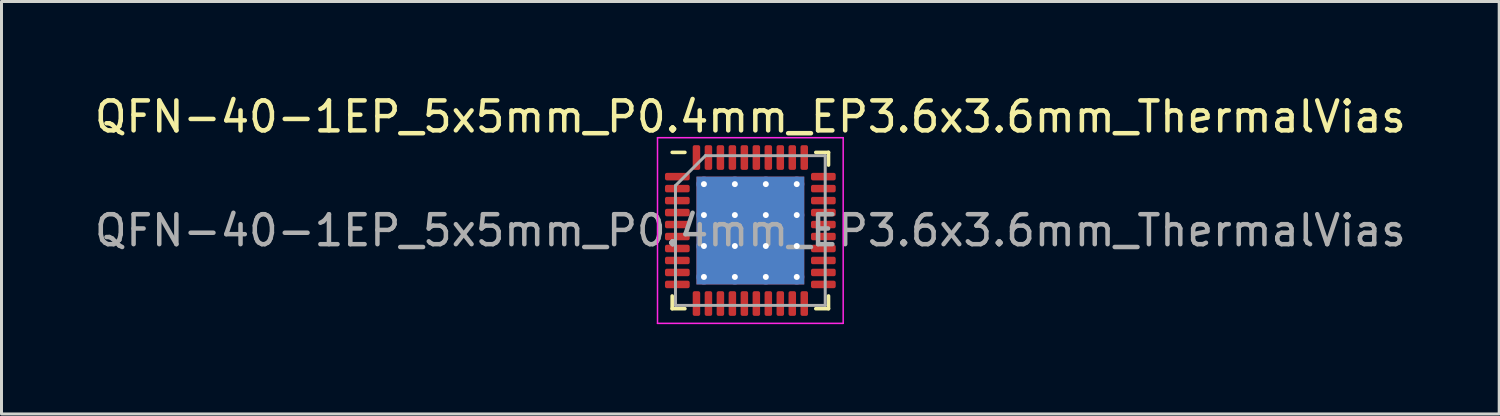
<source format=kicad_pcb>
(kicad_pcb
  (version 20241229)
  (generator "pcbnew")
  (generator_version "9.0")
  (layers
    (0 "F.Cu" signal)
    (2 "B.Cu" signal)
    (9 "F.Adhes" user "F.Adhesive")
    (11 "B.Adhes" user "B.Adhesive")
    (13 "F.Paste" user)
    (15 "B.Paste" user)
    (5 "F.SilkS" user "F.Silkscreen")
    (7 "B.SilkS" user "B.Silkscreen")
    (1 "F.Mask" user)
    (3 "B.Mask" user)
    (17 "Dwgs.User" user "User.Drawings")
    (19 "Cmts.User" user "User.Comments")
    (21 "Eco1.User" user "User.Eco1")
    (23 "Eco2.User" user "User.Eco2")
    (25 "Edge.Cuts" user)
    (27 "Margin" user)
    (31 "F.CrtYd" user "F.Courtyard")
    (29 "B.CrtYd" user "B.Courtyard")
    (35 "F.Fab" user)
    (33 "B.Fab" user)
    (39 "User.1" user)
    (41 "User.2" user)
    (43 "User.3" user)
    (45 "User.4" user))
  (footprint "QFN-40-1EP_5x5mm_P0.4mm_EP3.6x3.6mm_ThermalVias"
    (layer "F.Cu")
    (at 22.006 4.648)
    (property "Reference" "QFN-40-1EP_5x5mm_P0.4mm_EP3.6x3.6mm_ThermalVias" (at 0 -3.8 0) (layer "F.SilkS") (effects (font (size 1 1) (thickness 0.15))))
    (attr smd)
    (fp_line (start -2.61 2.61) (end -2.61 2.185) (stroke (width 0.12) (type solid)) (layer "F.SilkS"))
    (fp_line (start -2.185 -2.61) (end -2.61 -2.61) (stroke (width 0.12) (type solid)) (layer "F.SilkS"))
    (fp_line (start -2.185 2.61) (end -2.61 2.61) (stroke (width 0.12) (type solid)) (layer "F.SilkS"))
    (fp_line (start 2.185 -2.61) (end 2.61 -2.61) (stroke (width 0.12) (type solid)) (layer "F.SilkS"))
    (fp_line (start 2.185 2.61) (end 2.61 2.61) (stroke (width 0.12) (type solid)) (layer "F.SilkS"))
    (fp_line (start 2.61 -2.61) (end 2.61 -2.185) (stroke (width 0.12) (type solid)) (layer "F.SilkS"))
    (fp_line (start 2.61 2.61) (end 2.61 2.185) (stroke (width 0.12) (type solid)) (layer "F.SilkS"))
    (fp_line (start -3.1 -3.1) (end -3.1 3.1) (stroke (width 0.05) (type solid)) (layer "F.CrtYd"))
    (fp_line (start -3.1 3.1) (end 3.1 3.1) (stroke (width 0.05) (type solid)) (layer "F.CrtYd"))
    (fp_line (start 3.1 -3.1) (end -3.1 -3.1) (stroke (width 0.05) (type solid)) (layer "F.CrtYd"))
    (fp_line (start 3.1 3.1) (end 3.1 -3.1) (stroke (width 0.05) (type solid)) (layer "F.CrtYd"))
    (fp_line (start -2.5 -1.5) (end -1.5 -2.5) (stroke (width 0.1) (type solid)) (layer "F.Fab"))
    (fp_line (start -2.5 2.5) (end -2.5 -1.5) (stroke (width 0.1) (type solid)) (layer "F.Fab"))
    (fp_line (start -1.5 -2.5) (end 2.5 -2.5) (stroke (width 0.1) (type solid)) (layer "F.Fab"))
    (fp_line (start 2.5 -2.5) (end 2.5 2.5) (stroke (width 0.1) (type solid)) (layer "F.Fab"))
    (fp_line (start 2.5 2.5) (end -2.5 2.5) (stroke (width 0.1) (type solid)) (layer "F.Fab"))
    (fp_text user "${REFERENCE}" (at 0 0 0) (layer "F.Fab") (effects (font (size 1 1) (thickness 0.15))))
    (pad "" smd custom (at -1.033 -1.033) (size 0.803 0.803) (layers "F.Paste") (options (anchor circle)) (primitives (gr_poly (pts (xy 0.338 -0.233) (xy 0.338 0.233) (xy 0.233 0.338) (xy -0.233 0.338) (xy -0.338 0.233) (xy -0.338 -0.233) (xy -0.233 -0.338) (xy 0.233 -0.338)) (width 0.253) (fill yes))))
    (pad "" smd custom (at -1.033 0) (size 0.803 0.803) (layers "F.Paste") (options (anchor circle)) (primitives (gr_poly (pts (xy 0.338 -0.233) (xy 0.338 0.233) (xy 0.233 0.338) (xy -0.233 0.338) (xy -0.338 0.233) (xy -0.338 -0.233) (xy -0.233 -0.338) (xy 0.233 -0.338)) (width 0.253) (fill yes))))
    (pad "" smd custom (at -1.033 1.033) (size 0.803 0.803) (layers "F.Paste") (options (anchor circle)) (primitives (gr_poly (pts (xy 0.338 -0.233) (xy 0.338 0.233) (xy 0.233 0.338) (xy -0.233 0.338) (xy -0.338 0.233) (xy -0.338 -0.233) (xy -0.233 -0.338) (xy 0.233 -0.338)) (width 0.253) (fill yes))))
    (pad "" smd custom (at 0 -1.033) (size 0.803 0.803) (layers "F.Paste") (options (anchor circle)) (primitives (gr_poly (pts (xy 0.338 -0.233) (xy 0.338 0.233) (xy 0.233 0.338) (xy -0.233 0.338) (xy -0.338 0.233) (xy -0.338 -0.233) (xy -0.233 -0.338) (xy 0.233 -0.338)) (width 0.253) (fill yes))))
    (pad "" smd custom (at 0 0) (size 0.803 0.803) (layers "F.Paste") (options (anchor circle)) (primitives (gr_poly (pts (xy 0.338 -0.233) (xy 0.338 0.233) (xy 0.233 0.338) (xy -0.233 0.338) (xy -0.338 0.233) (xy -0.338 -0.233) (xy -0.233 -0.338) (xy 0.233 -0.338)) (width 0.253) (fill yes))))
    (pad "" smd custom (at 0 1.033) (size 0.803 0.803) (layers "F.Paste") (options (anchor circle)) (primitives (gr_poly (pts (xy 0.338 -0.233) (xy 0.338 0.233) (xy 0.233 0.338) (xy -0.233 0.338) (xy -0.338 0.233) (xy -0.338 -0.233) (xy -0.233 -0.338) (xy 0.233 -0.338)) (width 0.253) (fill yes))))
    (pad "" smd custom (at 1.033 -1.033) (size 0.803 0.803) (layers "F.Paste") (options (anchor circle)) (primitives (gr_poly (pts (xy 0.338 -0.233) (xy 0.338 0.233) (xy 0.233 0.338) (xy -0.233 0.338) (xy -0.338 0.233) (xy -0.338 -0.233) (xy -0.233 -0.338) (xy 0.233 -0.338)) (width 0.253) (fill yes))))
    (pad "" smd custom (at 1.033 0) (size 0.803 0.803) (layers "F.Paste") (options (anchor circle)) (primitives (gr_poly (pts (xy 0.338 -0.233) (xy 0.338 0.233) (xy 0.233 0.338) (xy -0.233 0.338) (xy -0.338 0.233) (xy -0.338 -0.233) (xy -0.233 -0.338) (xy 0.233 -0.338)) (width 0.253) (fill yes))))
    (pad "" smd custom (at 1.033 1.033) (size 0.803 0.803) (layers "F.Paste") (options (anchor circle)) (primitives (gr_poly (pts (xy 0.338 -0.233) (xy 0.338 0.233) (xy 0.233 0.338) (xy -0.233 0.338) (xy -0.338 0.233) (xy -0.338 -0.233) (xy -0.233 -0.338) (xy 0.233 -0.338)) (width 0.253) (fill yes))))
    (pad "1" smd roundrect (at -2.438 -1.8) (size 0.825 0.25) (layers "F.Cu" "F.Mask" "F.Paste") (roundrect_rratio 0.25))
    (pad "2" smd roundrect (at -2.438 -1.4) (size 0.825 0.25) (layers "F.Cu" "F.Mask" "F.Paste") (roundrect_rratio 0.25))
    (pad "3" smd roundrect (at -2.438 -1) (size 0.825 0.25) (layers "F.Cu" "F.Mask" "F.Paste") (roundrect_rratio 0.25))
    (pad "4" smd roundrect (at -2.438 -0.6) (size 0.825 0.25) (layers "F.Cu" "F.Mask" "F.Paste") (roundrect_rratio 0.25))
    (pad "5" smd roundrect (at -2.438 -0.2) (size 0.825 0.25) (layers "F.Cu" "F.Mask" "F.Paste") (roundrect_rratio 0.25))
    (pad "6" smd roundrect (at -2.438 0.2) (size 0.825 0.25) (layers "F.Cu" "F.Mask" "F.Paste") (roundrect_rratio 0.25))
    (pad "7" smd roundrect (at -2.438 0.6) (size 0.825 0.25) (layers "F.Cu" "F.Mask" "F.Paste") (roundrect_rratio 0.25))
    (pad "8" smd roundrect (at -2.438 1) (size 0.825 0.25) (layers "F.Cu" "F.Mask" "F.Paste") (roundrect_rratio 0.25))
    (pad "9" smd roundrect (at -2.438 1.4) (size 0.825 0.25) (layers "F.Cu" "F.Mask" "F.Paste") (roundrect_rratio 0.25))
    (pad "10" smd roundrect (at -2.438 1.8) (size 0.825 0.25) (layers "F.Cu" "F.Mask" "F.Paste") (roundrect_rratio 0.25))
    (pad "11" smd roundrect (at -1.8 2.438) (size 0.25 0.825) (layers "F.Cu" "F.Mask" "F.Paste") (roundrect_rratio 0.25))
    (pad "12" smd roundrect (at -1.4 2.438) (size 0.25 0.825) (layers "F.Cu" "F.Mask" "F.Paste") (roundrect_rratio 0.25))
    (pad "13" smd roundrect (at -1 2.438) (size 0.25 0.825) (layers "F.Cu" "F.Mask" "F.Paste") (roundrect_rratio 0.25))
    (pad "14" smd roundrect (at -0.6 2.438) (size 0.25 0.825) (layers "F.Cu" "F.Mask" "F.Paste") (roundrect_rratio 0.25))
    (pad "15" smd roundrect (at -0.2 2.438) (size 0.25 0.825) (layers "F.Cu" "F.Mask" "F.Paste") (roundrect_rratio 0.25))
    (pad "16" smd roundrect (at 0.2 2.438) (size 0.25 0.825) (layers "F.Cu" "F.Mask" "F.Paste") (roundrect_rratio 0.25))
    (pad "17" smd roundrect (at 0.6 2.438) (size 0.25 0.825) (layers "F.Cu" "F.Mask" "F.Paste") (roundrect_rratio 0.25))
    (pad "18" smd roundrect (at 1 2.438) (size 0.25 0.825) (layers "F.Cu" "F.Mask" "F.Paste") (roundrect_rratio 0.25))
    (pad "19" smd roundrect (at 1.4 2.438) (size 0.25 0.825) (layers "F.Cu" "F.Mask" "F.Paste") (roundrect_rratio 0.25))
    (pad "20" smd roundrect (at 1.8 2.438) (size 0.25 0.825) (layers "F.Cu" "F.Mask" "F.Paste") (roundrect_rratio 0.25))
    (pad "21" smd roundrect (at 2.438 1.8) (size 0.825 0.25) (layers "F.Cu" "F.Mask" "F.Paste") (roundrect_rratio 0.25))
    (pad "22" smd roundrect (at 2.438 1.4) (size 0.825 0.25) (layers "F.Cu" "F.Mask" "F.Paste") (roundrect_rratio 0.25))
    (pad "23" smd roundrect (at 2.438 1) (size 0.825 0.25) (layers "F.Cu" "F.Mask" "F.Paste") (roundrect_rratio 0.25))
    (pad "24" smd roundrect (at 2.438 0.6) (size 0.825 0.25) (layers "F.Cu" "F.Mask" "F.Paste") (roundrect_rratio 0.25))
    (pad "25" smd roundrect (at 2.438 0.2) (size 0.825 0.25) (layers "F.Cu" "F.Mask" "F.Paste") (roundrect_rratio 0.25))
    (pad "26" smd roundrect (at 2.438 -0.2) (size 0.825 0.25) (layers "F.Cu" "F.Mask" "F.Paste") (roundrect_rratio 0.25))
    (pad "27" smd roundrect (at 2.438 -0.6) (size 0.825 0.25) (layers "F.Cu" "F.Mask" "F.Paste") (roundrect_rratio 0.25))
    (pad "28" smd roundrect (at 2.438 -1) (size 0.825 0.25) (layers "F.Cu" "F.Mask" "F.Paste") (roundrect_rratio 0.25))
    (pad "29" smd roundrect (at 2.438 -1.4) (size 0.825 0.25) (layers "F.Cu" "F.Mask" "F.Paste") (roundrect_rratio 0.25))
    (pad "30" smd roundrect (at 2.438 -1.8) (size 0.825 0.25) (layers "F.Cu" "F.Mask" "F.Paste") (roundrect_rratio 0.25))
    (pad "31" smd roundrect (at 1.8 -2.438) (size 0.25 0.825) (layers "F.Cu" "F.Mask" "F.Paste") (roundrect_rratio 0.25))
    (pad "32" smd roundrect (at 1.4 -2.438) (size 0.25 0.825) (layers "F.Cu" "F.Mask" "F.Paste") (roundrect_rratio 0.25))
    (pad "33" smd roundrect (at 1 -2.438) (size 0.25 0.825) (layers "F.Cu" "F.Mask" "F.Paste") (roundrect_rratio 0.25))
    (pad "34" smd roundrect (at 0.6 -2.438) (size 0.25 0.825) (layers "F.Cu" "F.Mask" "F.Paste") (roundrect_rratio 0.25))
    (pad "35" smd roundrect (at 0.2 -2.438) (size 0.25 0.825) (layers "F.Cu" "F.Mask" "F.Paste") (roundrect_rratio 0.25))
    (pad "36" smd roundrect (at -0.2 -2.438) (size 0.25 0.825) (layers "F.Cu" "F.Mask" "F.Paste") (roundrect_rratio 0.25))
    (pad "37" smd roundrect (at -0.6 -2.438) (size 0.25 0.825) (layers "F.Cu" "F.Mask" "F.Paste") (roundrect_rratio 0.25))
    (pad "38" smd roundrect (at -1 -2.438) (size 0.25 0.825) (layers "F.Cu" "F.Mask" "F.Paste") (roundrect_rratio 0.25))
    (pad "39" smd roundrect (at -1.4 -2.438) (size 0.25 0.825) (layers "F.Cu" "F.Mask" "F.Paste") (roundrect_rratio 0.25))
    (pad "40" smd roundrect (at -1.8 -2.438) (size 0.25 0.825) (layers "F.Cu" "F.Mask" "F.Paste") (roundrect_rratio 0.25))
    (pad "41" thru_hole circle (at -1.55 -1.55) (size 0.5 0.5) (drill 0.2) (layers "*.Cu"))
    (pad "41" thru_hole circle (at -1.55 -0.517) (size 0.5 0.5) (drill 0.2) (layers "*.Cu"))
    (pad "41" thru_hole circle (at -1.55 0.517) (size 0.5 0.5) (drill 0.2) (layers "*.Cu"))
    (pad "41" thru_hole circle (at -1.55 1.55) (size 0.5 0.5) (drill 0.2) (layers "*.Cu"))
    (pad "41" thru_hole circle (at -0.517 -1.55) (size 0.5 0.5) (drill 0.2) (layers "*.Cu"))
    (pad "41" thru_hole circle (at -0.517 -0.517) (size 0.5 0.5) (drill 0.2) (layers "*.Cu"))
    (pad "41" thru_hole circle (at -0.517 0.517) (size 0.5 0.5) (drill 0.2) (layers "*.Cu"))
    (pad "41" thru_hole circle (at -0.517 1.55) (size 0.5 0.5) (drill 0.2) (layers "*.Cu"))
    (pad "41" smd rect (at 0 0) (size 3.6 3.6) (layers "F.Cu" "F.Mask"))
    (pad "41" smd rect (at 0 0) (size 3.6 3.6) (layers "B.Cu"))
    (pad "41" thru_hole circle (at 0.517 -1.55) (size 0.5 0.5) (drill 0.2) (layers "*.Cu"))
    (pad "41" thru_hole circle (at 0.517 -0.517) (size 0.5 0.5) (drill 0.2) (layers "*.Cu"))
    (pad "41" thru_hole circle (at 0.517 0.517) (size 0.5 0.5) (drill 0.2) (layers "*.Cu"))
    (pad "41" thru_hole circle (at 0.517 1.55) (size 0.5 0.5) (drill 0.2) (layers "*.Cu"))
    (pad "41" thru_hole circle (at 1.55 -1.55) (size 0.5 0.5) (drill 0.2) (layers "*.Cu"))
    (pad "41" thru_hole circle (at 1.55 -0.517) (size 0.5 0.5) (drill 0.2) (layers "*.Cu"))
    (pad "41" thru_hole circle (at 1.55 0.517) (size 0.5 0.5) (drill 0.2) (layers "*.Cu"))
    (pad "41" thru_hole circle (at 1.55 1.55) (size 0.5 0.5) (drill 0.2) (layers "*.Cu")))
  (gr_rect
    (start -3 -3)
    (end 47.012 10.773)
    (stroke (width 0.1) (type default))
    (fill no)
    (layer "Edge.Cuts")))
</source>
